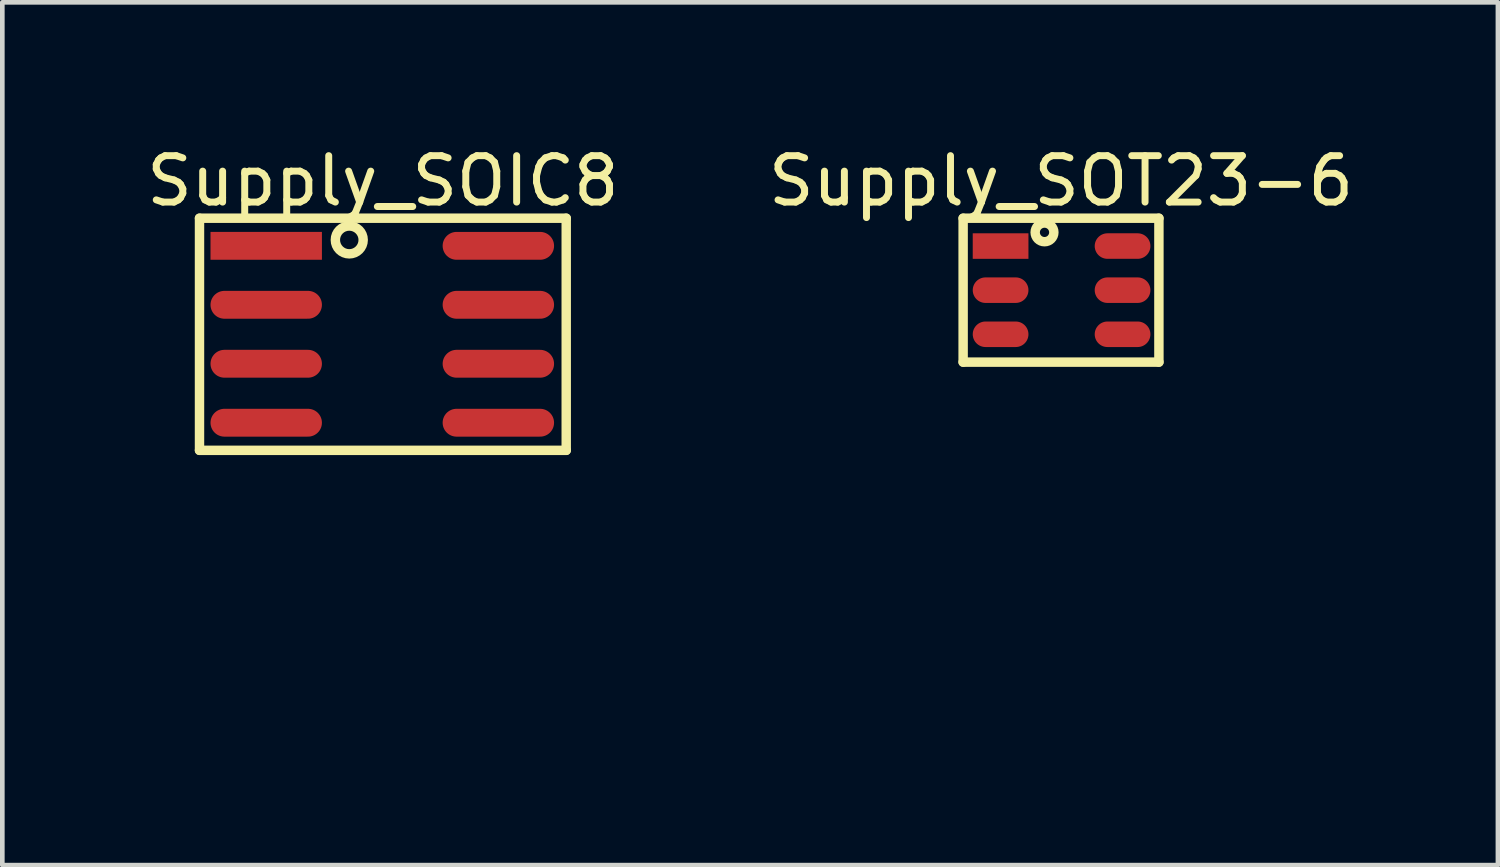
<source format=kicad_pcb>
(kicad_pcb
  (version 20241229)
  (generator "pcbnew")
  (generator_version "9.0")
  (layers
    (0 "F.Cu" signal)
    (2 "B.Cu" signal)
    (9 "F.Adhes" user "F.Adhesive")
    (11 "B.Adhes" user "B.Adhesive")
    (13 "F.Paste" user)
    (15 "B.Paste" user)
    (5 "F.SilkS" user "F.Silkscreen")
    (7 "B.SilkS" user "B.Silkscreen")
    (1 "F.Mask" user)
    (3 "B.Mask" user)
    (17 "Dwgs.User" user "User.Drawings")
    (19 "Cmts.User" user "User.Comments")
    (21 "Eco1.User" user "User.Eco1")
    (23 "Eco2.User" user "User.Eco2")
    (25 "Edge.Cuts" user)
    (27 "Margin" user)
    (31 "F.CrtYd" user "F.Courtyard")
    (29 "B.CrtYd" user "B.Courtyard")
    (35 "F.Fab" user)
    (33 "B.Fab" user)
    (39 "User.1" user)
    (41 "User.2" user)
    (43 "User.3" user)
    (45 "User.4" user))
  (footprint "Supply_SOT23-6"
    (layer "F.Cu")
    (at 19.829 3.2)
    (property "Reference" "Supply_SOT23-6" (at -0.025 -2.352 0) (layer "F.SilkS") (effects (font (size 1 1) (thickness 0.15))))
    (fp_line (start -2.134 -1.55) (end 2.083 -1.55) (stroke (width 0.203) (type solid)) (layer "F.SilkS"))
    (fp_line (start -2.134 1.55) (end -2.134 -1.55) (stroke (width 0.203) (type solid)) (layer "F.SilkS"))
    (fp_line (start -2.134 1.55) (end 2.083 1.55) (stroke (width 0.203) (type solid)) (layer "F.SilkS"))
    (fp_line (start 2.083 1.55) (end 2.083 -1.55) (stroke (width 0.203) (type solid)) (layer "F.SilkS"))
    (fp_circle (center -0.381 -1.245) (end -0.381 -1.345) (stroke (width 0.203) (type solid)) (fill no) (layer "F.SilkS"))
    (fp_line (start -1.2 -1.5) (end 1.2 -1.5) (stroke (width 0.254) (type solid)) (layer "Eco2.User"))
    (fp_line (start -1.2 1.5) (end -1.2 -1.5) (stroke (width 0.254) (type solid)) (layer "Eco2.User"))
    (fp_line (start -1.2 1.5) (end 1.2 1.5) (stroke (width 0.254) (type solid)) (layer "Eco2.User"))
    (fp_line (start 1.2 1.5) (end 1.2 -1.5) (stroke (width 0.254) (type solid)) (layer "Eco2.User"))
    (fp_circle (center -0.7 -1) (end -0.7 -1.1) (stroke (width 0.254) (type solid)) (fill no) (layer "Eco2.User"))
    (fp_text user "${REFERENCE}" (at -0.393 -0.5 270) (unlocked yes) (layer "Eco2.User") (effects (font (size 0.762 0.762) (thickness 0.152)) (justify left bottom)))
    (pad "1" smd rect (at -1.327 -0.95 90) (size 0.55 1.2) (layers "F.Cu" "F.Mask" "F.Paste"))
    (pad "2" smd oval (at -1.327 0 90) (size 0.55 1.2) (layers "F.Cu" "F.Mask" "F.Paste"))
    (pad "3" smd oval (at -1.327 0.95 90) (size 0.55 1.2) (layers "F.Cu" "F.Mask" "F.Paste"))
    (pad "4" smd oval (at 1.3 0.95 90) (size 0.55 1.2) (layers "F.Cu" "F.Mask" "F.Paste"))
    (pad "5" smd oval (at 1.3 0 90) (size 0.55 1.2) (layers "F.Cu" "F.Mask" "F.Paste"))
    (pad "6" smd oval (at 1.3 -0.95 90) (size 0.55 1.2) (layers "F.Cu" "F.Mask" "F.Paste")))
  (footprint "Supply_SOIC8"
    (layer "F.Cu")
    (at 5.184 4.15)
    (property "Reference" "Supply_SOIC8" (at 0.013 -3.302 0) (layer "F.SilkS") (effects (font (size 1 1) (thickness 0.15))))
    (fp_line (start -3.937 -2.5) (end 3.962 -2.5) (stroke (width 0.203) (type solid)) (layer "F.SilkS"))
    (fp_line (start -3.937 2.5) (end -3.937 -2.5) (stroke (width 0.203) (type solid)) (layer "F.SilkS"))
    (fp_line (start -3.937 2.5) (end 3.962 2.5) (stroke (width 0.203) (type solid)) (layer "F.SilkS"))
    (fp_line (start 3.962 2.5) (end 3.962 -2.5) (stroke (width 0.203) (type solid)) (layer "F.SilkS"))
    (fp_circle (center -0.711 -2.032) (end -0.711 -2.332) (stroke (width 0.203) (type solid)) (fill no) (layer "F.SilkS"))
    (pad "1" smd rect (at -2.5 -1.905 90) (size 0.6 2.4) (layers "F.Cu" "F.Mask" "F.Paste"))
    (pad "2" smd oval (at -2.5 -0.635 90) (size 0.6 2.4) (layers "F.Cu" "F.Mask" "F.Paste"))
    (pad "3" smd oval (at -2.5 0.635 90) (size 0.6 2.4) (layers "F.Cu" "F.Mask" "F.Paste"))
    (pad "4" smd oval (at -2.5 1.905 90) (size 0.6 2.4) (layers "F.Cu" "F.Mask" "F.Paste"))
    (pad "5" smd oval (at 2.5 1.905 90) (size 0.6 2.4) (layers "F.Cu" "F.Mask" "F.Paste"))
    (pad "6" smd oval (at 2.5 0.635 90) (size 0.6 2.4) (layers "F.Cu" "F.Mask" "F.Paste"))
    (pad "7" smd oval (at 2.5 -0.635 90) (size 0.6 2.4) (layers "F.Cu" "F.Mask" "F.Paste"))
    (pad "8" smd oval (at 2.5 -1.905 90) (size 0.6 2.4) (layers "F.Cu" "F.Mask" "F.Paste")))
  (gr_rect
    (start -3 -3)
    (end 29.214 15.584)
    (stroke (width 0.1) (type default))
    (fill no)
    (layer "Edge.Cuts")))
</source>
